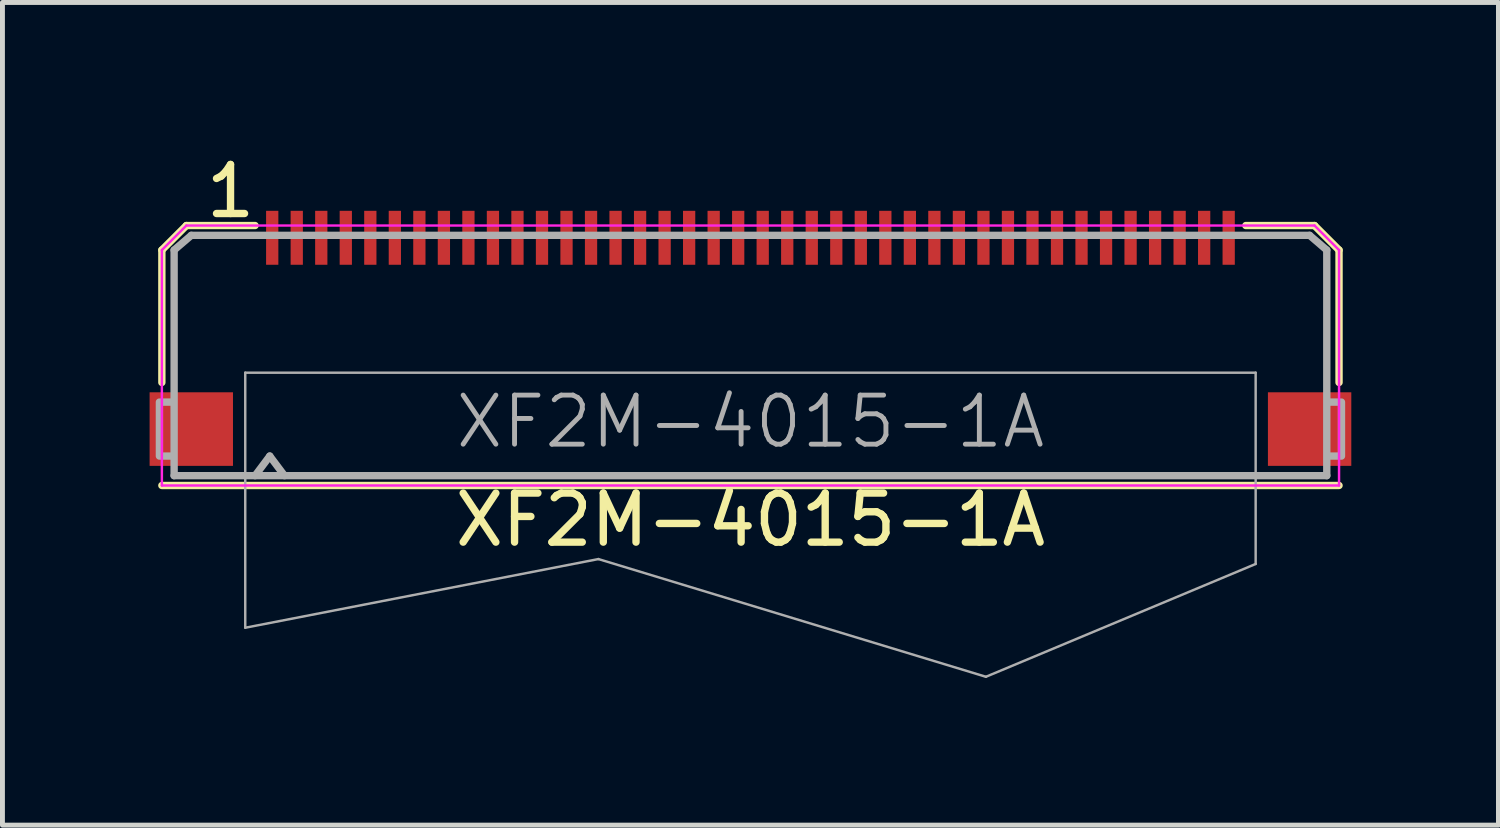
<source format=kicad_pcb>
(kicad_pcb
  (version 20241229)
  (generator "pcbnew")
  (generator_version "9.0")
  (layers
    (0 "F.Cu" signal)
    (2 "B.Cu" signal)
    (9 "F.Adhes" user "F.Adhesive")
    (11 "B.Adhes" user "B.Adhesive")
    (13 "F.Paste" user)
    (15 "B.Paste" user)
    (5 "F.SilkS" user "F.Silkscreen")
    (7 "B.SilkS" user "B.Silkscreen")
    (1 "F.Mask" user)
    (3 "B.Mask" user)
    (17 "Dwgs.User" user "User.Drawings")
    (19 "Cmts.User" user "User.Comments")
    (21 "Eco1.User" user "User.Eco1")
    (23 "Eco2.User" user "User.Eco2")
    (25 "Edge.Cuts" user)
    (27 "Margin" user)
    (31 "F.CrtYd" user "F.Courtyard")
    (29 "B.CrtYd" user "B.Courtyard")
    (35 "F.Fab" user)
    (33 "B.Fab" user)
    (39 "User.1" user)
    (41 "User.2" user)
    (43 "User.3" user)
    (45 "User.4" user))
  (footprint "XF2M-4015-1A"
    (layer "F.Cu")
    (at 12.25 4.548)
    (property "Reference" "XF2M-4015-1A" (at 0 3 0) (layer "F.SilkS") (effects (font (size 1 1) (thickness 0.15))))
    (attr through_hole)
    (fp_line (start -12 -2.5) (end -12 0.2) (stroke (width 0.15) (type solid)) (layer "F.SilkS"))
    (fp_line (start -12 2.3) (end 12 2.3) (stroke (width 0.15) (type solid)) (layer "F.SilkS"))
    (fp_line (start -11.5 -3) (end -12 -2.5) (stroke (width 0.15) (type solid)) (layer "F.SilkS"))
    (fp_line (start -10.1 -3) (end -11.5 -3) (stroke (width 0.15) (type solid)) (layer "F.SilkS"))
    (fp_line (start 11.5 -3) (end 10.1 -3) (stroke (width 0.15) (type solid)) (layer "F.SilkS"))
    (fp_line (start 12 -2.5) (end 11.5 -3) (stroke (width 0.15) (type solid)) (layer "F.SilkS"))
    (fp_line (start 12 -2.5) (end 12 0.2) (stroke (width 0.15) (type solid)) (layer "F.SilkS"))
    (fp_line (start -12 -2.5) (end -12 2.3) (stroke (width 0.05) (type solid)) (layer "F.CrtYd"))
    (fp_line (start -12 -2.5) (end -11.5 -3) (stroke (width 0.05) (type solid)) (layer "F.CrtYd"))
    (fp_line (start -12 2.3) (end 12 2.3) (stroke (width 0.05) (type solid)) (layer "F.CrtYd"))
    (fp_line (start -11.5 -3) (end 11.5 -3) (stroke (width 0.05) (type solid)) (layer "F.CrtYd"))
    (fp_line (start 11.5 -3) (end 12 -2.5) (stroke (width 0.05) (type solid)) (layer "F.CrtYd"))
    (fp_line (start 12 -2.5) (end 12 2.3) (stroke (width 0.05) (type solid)) (layer "F.CrtYd"))
    (fp_line (start -12.05 0.6) (end -12.05 1.7) (stroke (width 0.15) (type solid)) (layer "F.Fab"))
    (fp_line (start -11.8 0.6) (end -12 0.6) (stroke (width 0.15) (type solid)) (layer "F.Fab"))
    (fp_line (start -11.8 1.7) (end -12 1.7) (stroke (width 0.15) (type solid)) (layer "F.Fab"))
    (fp_line (start -11.75 -2.5) (end -11.75 2.1) (stroke (width 0.15) (type solid)) (layer "F.Fab"))
    (fp_line (start -11.75 -2.5) (end -11.4 -2.8) (stroke (width 0.15) (type solid)) (layer "F.Fab"))
    (fp_line (start -11.75 2.1) (end 11.75 2.1) (stroke (width 0.15) (type solid)) (layer "F.Fab"))
    (fp_line (start -11.4 -2.8) (end 11.4 -2.8) (stroke (width 0.15) (type solid)) (layer "F.Fab"))
    (fp_line (start -10.3 0) (end 10.3 0) (stroke (width 0.05) (type solid)) (layer "F.Fab"))
    (fp_line (start -10.3 5.2) (end -10.3 0) (stroke (width 0.05) (type solid)) (layer "F.Fab"))
    (fp_line (start -10.1 2.1) (end -9.8 1.7) (stroke (width 0.15) (type solid)) (layer "F.Fab"))
    (fp_line (start -9.8 1.7) (end -9.5 2.1) (stroke (width 0.15) (type solid)) (layer "F.Fab"))
    (fp_line (start -3.1 3.8) (end -10.3 5.2) (stroke (width 0.05) (type solid)) (layer "F.Fab"))
    (fp_line (start 4.8 6.2) (end -3.1 3.8) (stroke (width 0.05) (type solid)) (layer "F.Fab"))
    (fp_line (start 10.3 0) (end 10.3 3.9) (stroke (width 0.05) (type solid)) (layer "F.Fab"))
    (fp_line (start 10.3 3.9) (end 4.8 6.2) (stroke (width 0.05) (type solid)) (layer "F.Fab"))
    (fp_line (start 11.4 -2.8) (end 11.75 -2.5) (stroke (width 0.15) (type solid)) (layer "F.Fab"))
    (fp_line (start 11.75 -2.5) (end 11.75 2.1) (stroke (width 0.15) (type solid)) (layer "F.Fab"))
    (fp_line (start 12 0.6) (end 11.8 0.6) (stroke (width 0.15) (type solid)) (layer "F.Fab"))
    (fp_line (start 12 1.7) (end 11.8 1.7) (stroke (width 0.15) (type solid)) (layer "F.Fab"))
    (fp_line (start 12.05 0.6) (end 12.05 1.7) (stroke (width 0.15) (type solid)) (layer "F.Fab"))
    (fp_text user "1" (at -10.6 -3.7 0) (layer "F.SilkS") (effects (font (size 1 1) (thickness 0.15))))
    (fp_text user "${REFERENCE}" (at 0 1 0) (layer "F.Fab") (effects (font (size 1 1) (thickness 0.1))))
    (pad "1" smd rect (at -9.75 -2.75) (size 0.25 1.1) (layers "F.Cu" "F.Mask" "F.Paste"))
    (pad "2" smd rect (at -9.25 -2.75) (size 0.25 1.1) (layers "F.Cu" "F.Mask" "F.Paste"))
    (pad "3" smd rect (at -8.75 -2.75) (size 0.25 1.1) (layers "F.Cu" "F.Mask" "F.Paste"))
    (pad "4" smd rect (at -8.25 -2.75) (size 0.25 1.1) (layers "F.Cu" "F.Mask" "F.Paste"))
    (pad "5" smd rect (at -7.75 -2.75) (size 0.25 1.1) (layers "F.Cu" "F.Mask" "F.Paste"))
    (pad "6" smd rect (at -7.25 -2.75) (size 0.25 1.1) (layers "F.Cu" "F.Mask" "F.Paste"))
    (pad "7" smd rect (at -6.75 -2.75) (size 0.25 1.1) (layers "F.Cu" "F.Mask" "F.Paste"))
    (pad "8" smd rect (at -6.25 -2.75) (size 0.25 1.1) (layers "F.Cu" "F.Mask" "F.Paste"))
    (pad "9" smd rect (at -5.75 -2.75) (size 0.25 1.1) (layers "F.Cu" "F.Mask" "F.Paste"))
    (pad "10" smd rect (at -5.25 -2.75) (size 0.25 1.1) (layers "F.Cu" "F.Mask" "F.Paste"))
    (pad "11" smd rect (at -4.75 -2.75) (size 0.25 1.1) (layers "F.Cu" "F.Mask" "F.Paste"))
    (pad "12" smd rect (at -4.25 -2.75) (size 0.25 1.1) (layers "F.Cu" "F.Mask" "F.Paste"))
    (pad "13" smd rect (at -3.75 -2.75) (size 0.25 1.1) (layers "F.Cu" "F.Mask" "F.Paste"))
    (pad "14" smd rect (at -3.25 -2.75) (size 0.25 1.1) (layers "F.Cu" "F.Mask" "F.Paste"))
    (pad "15" smd rect (at -2.75 -2.75) (size 0.25 1.1) (layers "F.Cu" "F.Mask" "F.Paste"))
    (pad "16" smd rect (at -2.25 -2.75) (size 0.25 1.1) (layers "F.Cu" "F.Mask" "F.Paste"))
    (pad "17" smd rect (at -1.75 -2.75) (size 0.25 1.1) (layers "F.Cu" "F.Mask" "F.Paste"))
    (pad "18" smd rect (at -1.25 -2.75) (size 0.25 1.1) (layers "F.Cu" "F.Mask" "F.Paste"))
    (pad "19" smd rect (at -0.75 -2.75) (size 0.25 1.1) (layers "F.Cu" "F.Mask" "F.Paste"))
    (pad "20" smd rect (at -0.25 -2.75) (size 0.25 1.1) (layers "F.Cu" "F.Mask" "F.Paste"))
    (pad "21" smd rect (at 0.25 -2.75) (size 0.25 1.1) (layers "F.Cu" "F.Mask" "F.Paste"))
    (pad "22" smd rect (at 0.75 -2.75) (size 0.25 1.1) (layers "F.Cu" "F.Mask" "F.Paste"))
    (pad "23" smd rect (at 1.25 -2.75) (size 0.25 1.1) (layers "F.Cu" "F.Mask" "F.Paste"))
    (pad "24" smd rect (at 1.75 -2.75) (size 0.25 1.1) (layers "F.Cu" "F.Mask" "F.Paste"))
    (pad "25" smd rect (at 2.25 -2.75) (size 0.25 1.1) (layers "F.Cu" "F.Mask" "F.Paste"))
    (pad "26" smd rect (at 2.75 -2.75) (size 0.25 1.1) (layers "F.Cu" "F.Mask" "F.Paste"))
    (pad "27" smd rect (at 3.25 -2.75) (size 0.25 1.1) (layers "F.Cu" "F.Mask" "F.Paste"))
    (pad "28" smd rect (at 3.75 -2.75) (size 0.25 1.1) (layers "F.Cu" "F.Mask" "F.Paste"))
    (pad "29" smd rect (at 4.25 -2.75) (size 0.25 1.1) (layers "F.Cu" "F.Mask" "F.Paste"))
    (pad "30" smd rect (at 4.75 -2.75) (size 0.25 1.1) (layers "F.Cu" "F.Mask" "F.Paste"))
    (pad "31" smd rect (at 5.25 -2.75) (size 0.25 1.1) (layers "F.Cu" "F.Mask" "F.Paste"))
    (pad "32" smd rect (at 5.75 -2.75) (size 0.25 1.1) (layers "F.Cu" "F.Mask" "F.Paste"))
    (pad "33" smd rect (at 6.25 -2.75) (size 0.25 1.1) (layers "F.Cu" "F.Mask" "F.Paste"))
    (pad "34" smd rect (at 6.75 -2.75) (size 0.25 1.1) (layers "F.Cu" "F.Mask" "F.Paste"))
    (pad "35" smd rect (at 7.25 -2.75) (size 0.25 1.1) (layers "F.Cu" "F.Mask" "F.Paste"))
    (pad "36" smd rect (at 7.75 -2.75) (size 0.25 1.1) (layers "F.Cu" "F.Mask" "F.Paste"))
    (pad "37" smd rect (at 8.25 -2.75) (size 0.25 1.1) (layers "F.Cu" "F.Mask" "F.Paste"))
    (pad "38" smd rect (at 8.75 -2.75) (size 0.25 1.1) (layers "F.Cu" "F.Mask" "F.Paste"))
    (pad "39" smd rect (at 9.25 -2.75) (size 0.25 1.1) (layers "F.Cu" "F.Mask" "F.Paste"))
    (pad "40" smd rect (at 9.75 -2.75) (size 0.25 1.1) (layers "F.Cu" "F.Mask" "F.Paste"))
    (pad "41" smd rect (at 11.4 1.15) (size 1.7 1.5) (layers "F.Cu" "F.Mask" "F.Paste"))
    (pad "42" smd rect (at -11.4 1.15) (size 1.7 1.5) (layers "F.Cu" "F.Mask" "F.Paste")))
  (gr_rect
    (start -3 -3)
    (end 27.5 13.773)
    (stroke (width 0.1) (type default))
    (fill no)
    (layer "Edge.Cuts")))
</source>
